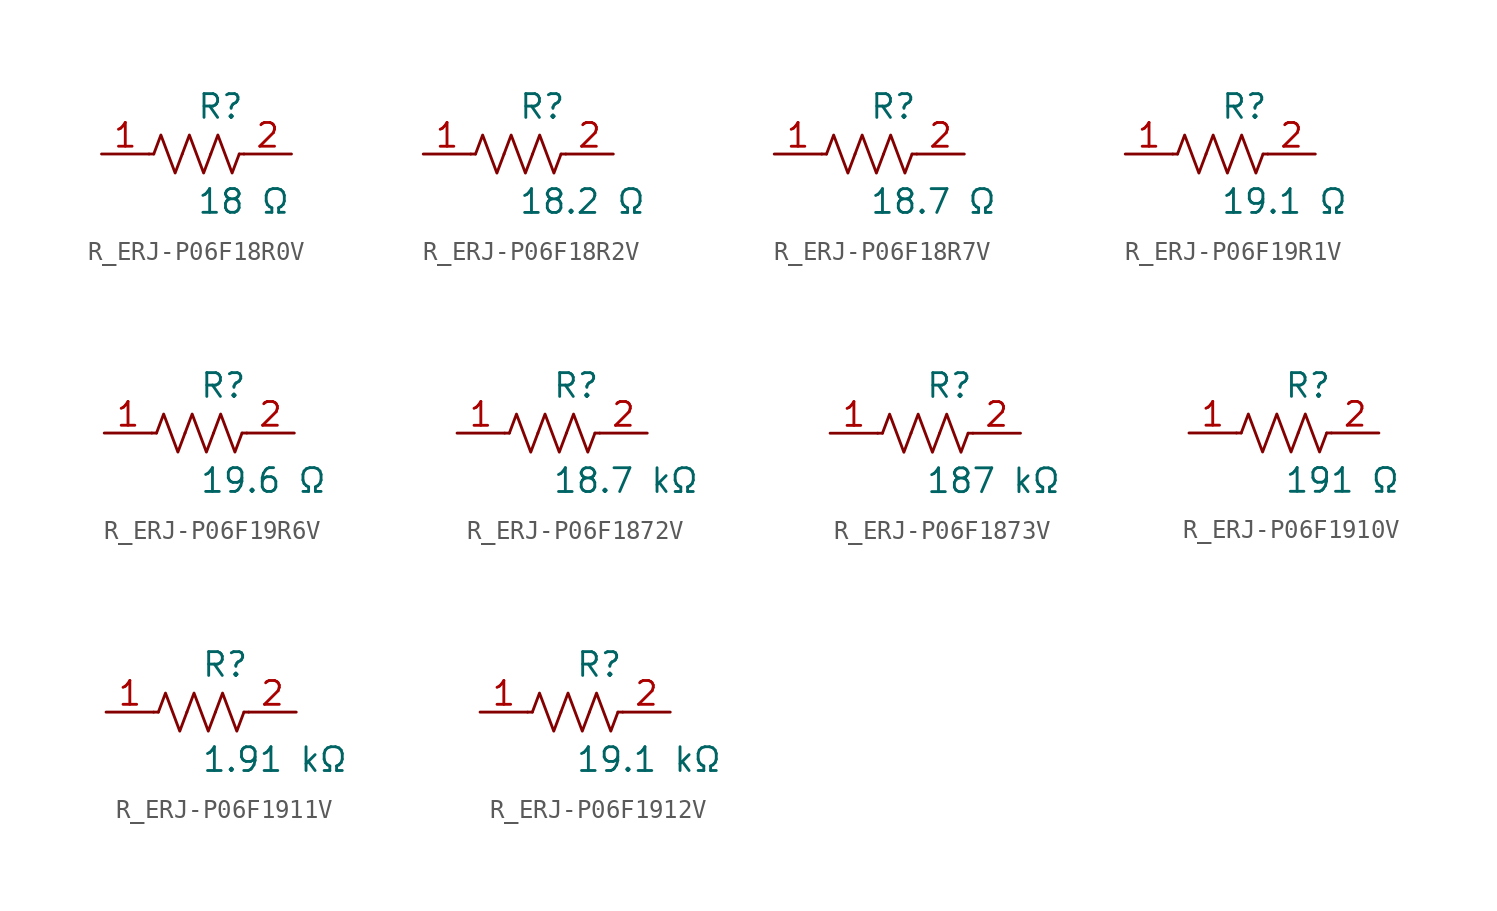
<source format=kicad_sym>
(kicad_symbol_lib
  (version 20231120)
  (generator kicad_symbol_editor)
  (generator_version 8.0)
  (symbol "R_ERJ-P06F18R0V"
    (pin_names
      (offset 0.254))
    (property "Reference" "R"
      (at 0.0 2.54 0)
      (effects (font (size 1.27 1.27)) (justify left)))
    (property "Value" "18 Ω"
      (at 0.0 -2.54 0)
      (effects (font (size 1.27 1.27)) (justify left)))
    (symbol "R_ERJ-P06F18R0V_0_1"
      (polyline (pts (xy 2.286 0) (xy 2.54 0)) (stroke (width 0) (type default)) (fill (type none)))
      (polyline (pts (xy -2.286 0) (xy -2.54 0)) (stroke (width 0) (type default)) (fill (type none)))
      (polyline (pts (xy 0.762 0) (xy 1.143 1.016) (xy 1.524 0) (xy 1.905 -1.016) (xy 2.286 0)) (stroke (width 0) (type default)) (fill (type none)))
      (polyline (pts (xy -0.762 0) (xy -0.381 1.016) (xy 0 0) (xy 0.381 -1.016) (xy 0.762 0)) (stroke (width 0) (type default)) (fill (type none)))
      (polyline (pts (xy -2.286 0) (xy -1.905 1.016) (xy -1.524 0) (xy -1.143 -1.016) (xy -0.762 0)) (stroke (width 0) (type default)) (fill (type none))))
    (pin unspecified line
      (at -5.08 0 0)
      (length 2.54)
      (name "" (effects (font (size 1.27 1.27))))
      (number "1" (effects (font (size 1.27 1.27)))))
    (pin unspecified line
      (at 5.08 0 180)
      (length 2.54)
      (name "" (effects (font (size 1.27 1.27))))
      (number "2" (effects (font (size 1.27 1.27))))))
  (symbol "R_ERJ-P06F18R2V"
    (pin_names
      (offset 0.254))
    (property "Reference" "R"
      (at 0.0 2.54 0)
      (effects (font (size 1.27 1.27)) (justify left)))
    (property "Value" "18.2 Ω"
      (at 0.0 -2.54 0)
      (effects (font (size 1.27 1.27)) (justify left)))
    (symbol "R_ERJ-P06F18R2V_0_1"
      (polyline (pts (xy 2.286 0) (xy 2.54 0)) (stroke (width 0) (type default)) (fill (type none)))
      (polyline (pts (xy -2.286 0) (xy -2.54 0)) (stroke (width 0) (type default)) (fill (type none)))
      (polyline (pts (xy 0.762 0) (xy 1.143 1.016) (xy 1.524 0) (xy 1.905 -1.016) (xy 2.286 0)) (stroke (width 0) (type default)) (fill (type none)))
      (polyline (pts (xy -0.762 0) (xy -0.381 1.016) (xy 0 0) (xy 0.381 -1.016) (xy 0.762 0)) (stroke (width 0) (type default)) (fill (type none)))
      (polyline (pts (xy -2.286 0) (xy -1.905 1.016) (xy -1.524 0) (xy -1.143 -1.016) (xy -0.762 0)) (stroke (width 0) (type default)) (fill (type none))))
    (pin unspecified line
      (at -5.08 0 0)
      (length 2.54)
      (name "" (effects (font (size 1.27 1.27))))
      (number "1" (effects (font (size 1.27 1.27)))))
    (pin unspecified line
      (at 5.08 0 180)
      (length 2.54)
      (name "" (effects (font (size 1.27 1.27))))
      (number "2" (effects (font (size 1.27 1.27))))))
  (symbol "R_ERJ-P06F18R7V"
    (pin_names
      (offset 0.254))
    (property "Reference" "R"
      (at 0.0 2.54 0)
      (effects (font (size 1.27 1.27)) (justify left)))
    (property "Value" "18.7 Ω"
      (at 0.0 -2.54 0)
      (effects (font (size 1.27 1.27)) (justify left)))
    (symbol "R_ERJ-P06F18R7V_0_1"
      (polyline (pts (xy 2.286 0) (xy 2.54 0)) (stroke (width 0) (type default)) (fill (type none)))
      (polyline (pts (xy -2.286 0) (xy -2.54 0)) (stroke (width 0) (type default)) (fill (type none)))
      (polyline (pts (xy 0.762 0) (xy 1.143 1.016) (xy 1.524 0) (xy 1.905 -1.016) (xy 2.286 0)) (stroke (width 0) (type default)) (fill (type none)))
      (polyline (pts (xy -0.762 0) (xy -0.381 1.016) (xy 0 0) (xy 0.381 -1.016) (xy 0.762 0)) (stroke (width 0) (type default)) (fill (type none)))
      (polyline (pts (xy -2.286 0) (xy -1.905 1.016) (xy -1.524 0) (xy -1.143 -1.016) (xy -0.762 0)) (stroke (width 0) (type default)) (fill (type none))))
    (pin unspecified line
      (at -5.08 0 0)
      (length 2.54)
      (name "" (effects (font (size 1.27 1.27))))
      (number "1" (effects (font (size 1.27 1.27)))))
    (pin unspecified line
      (at 5.08 0 180)
      (length 2.54)
      (name "" (effects (font (size 1.27 1.27))))
      (number "2" (effects (font (size 1.27 1.27))))))
  (symbol "R_ERJ-P06F19R1V"
    (pin_names
      (offset 0.254))
    (property "Reference" "R"
      (at 0.0 2.54 0)
      (effects (font (size 1.27 1.27)) (justify left)))
    (property "Value" "19.1 Ω"
      (at 0.0 -2.54 0)
      (effects (font (size 1.27 1.27)) (justify left)))
    (symbol "R_ERJ-P06F19R1V_0_1"
      (polyline (pts (xy 2.286 0) (xy 2.54 0)) (stroke (width 0) (type default)) (fill (type none)))
      (polyline (pts (xy -2.286 0) (xy -2.54 0)) (stroke (width 0) (type default)) (fill (type none)))
      (polyline (pts (xy 0.762 0) (xy 1.143 1.016) (xy 1.524 0) (xy 1.905 -1.016) (xy 2.286 0)) (stroke (width 0) (type default)) (fill (type none)))
      (polyline (pts (xy -0.762 0) (xy -0.381 1.016) (xy 0 0) (xy 0.381 -1.016) (xy 0.762 0)) (stroke (width 0) (type default)) (fill (type none)))
      (polyline (pts (xy -2.286 0) (xy -1.905 1.016) (xy -1.524 0) (xy -1.143 -1.016) (xy -0.762 0)) (stroke (width 0) (type default)) (fill (type none))))
    (pin unspecified line
      (at -5.08 0 0)
      (length 2.54)
      (name "" (effects (font (size 1.27 1.27))))
      (number "1" (effects (font (size 1.27 1.27)))))
    (pin unspecified line
      (at 5.08 0 180)
      (length 2.54)
      (name "" (effects (font (size 1.27 1.27))))
      (number "2" (effects (font (size 1.27 1.27))))))
  (symbol "R_ERJ-P06F19R6V"
    (pin_names
      (offset 0.254))
    (property "Reference" "R"
      (at 0.0 2.54 0)
      (effects (font (size 1.27 1.27)) (justify left)))
    (property "Value" "19.6 Ω"
      (at 0.0 -2.54 0)
      (effects (font (size 1.27 1.27)) (justify left)))
    (symbol "R_ERJ-P06F19R6V_0_1"
      (polyline (pts (xy 2.286 0) (xy 2.54 0)) (stroke (width 0) (type default)) (fill (type none)))
      (polyline (pts (xy -2.286 0) (xy -2.54 0)) (stroke (width 0) (type default)) (fill (type none)))
      (polyline (pts (xy 0.762 0) (xy 1.143 1.016) (xy 1.524 0) (xy 1.905 -1.016) (xy 2.286 0)) (stroke (width 0) (type default)) (fill (type none)))
      (polyline (pts (xy -0.762 0) (xy -0.381 1.016) (xy 0 0) (xy 0.381 -1.016) (xy 0.762 0)) (stroke (width 0) (type default)) (fill (type none)))
      (polyline (pts (xy -2.286 0) (xy -1.905 1.016) (xy -1.524 0) (xy -1.143 -1.016) (xy -0.762 0)) (stroke (width 0) (type default)) (fill (type none))))
    (pin unspecified line
      (at -5.08 0 0)
      (length 2.54)
      (name "" (effects (font (size 1.27 1.27))))
      (number "1" (effects (font (size 1.27 1.27)))))
    (pin unspecified line
      (at 5.08 0 180)
      (length 2.54)
      (name "" (effects (font (size 1.27 1.27))))
      (number "2" (effects (font (size 1.27 1.27))))))
  (symbol "R_ERJ-P06F1872V"
    (pin_names
      (offset 0.254))
    (property "Reference" "R"
      (at 0.0 2.54 0)
      (effects (font (size 1.27 1.27)) (justify left)))
    (property "Value" "18.7 kΩ"
      (at 0.0 -2.54 0)
      (effects (font (size 1.27 1.27)) (justify left)))
    (symbol "R_ERJ-P06F1872V_0_1"
      (polyline (pts (xy 2.286 0) (xy 2.54 0)) (stroke (width 0) (type default)) (fill (type none)))
      (polyline (pts (xy -2.286 0) (xy -2.54 0)) (stroke (width 0) (type default)) (fill (type none)))
      (polyline (pts (xy 0.762 0) (xy 1.143 1.016) (xy 1.524 0) (xy 1.905 -1.016) (xy 2.286 0)) (stroke (width 0) (type default)) (fill (type none)))
      (polyline (pts (xy -0.762 0) (xy -0.381 1.016) (xy 0 0) (xy 0.381 -1.016) (xy 0.762 0)) (stroke (width 0) (type default)) (fill (type none)))
      (polyline (pts (xy -2.286 0) (xy -1.905 1.016) (xy -1.524 0) (xy -1.143 -1.016) (xy -0.762 0)) (stroke (width 0) (type default)) (fill (type none))))
    (pin unspecified line
      (at -5.08 0 0)
      (length 2.54)
      (name "" (effects (font (size 1.27 1.27))))
      (number "1" (effects (font (size 1.27 1.27)))))
    (pin unspecified line
      (at 5.08 0 180)
      (length 2.54)
      (name "" (effects (font (size 1.27 1.27))))
      (number "2" (effects (font (size 1.27 1.27))))))
  (symbol "R_ERJ-P06F1873V"
    (pin_names
      (offset 0.254))
    (property "Reference" "R"
      (at 0.0 2.54 0)
      (effects (font (size 1.27 1.27)) (justify left)))
    (property "Value" "187 kΩ"
      (at 0.0 -2.54 0)
      (effects (font (size 1.27 1.27)) (justify left)))
    (symbol "R_ERJ-P06F1873V_0_1"
      (polyline (pts (xy 2.286 0) (xy 2.54 0)) (stroke (width 0) (type default)) (fill (type none)))
      (polyline (pts (xy -2.286 0) (xy -2.54 0)) (stroke (width 0) (type default)) (fill (type none)))
      (polyline (pts (xy 0.762 0) (xy 1.143 1.016) (xy 1.524 0) (xy 1.905 -1.016) (xy 2.286 0)) (stroke (width 0) (type default)) (fill (type none)))
      (polyline (pts (xy -0.762 0) (xy -0.381 1.016) (xy 0 0) (xy 0.381 -1.016) (xy 0.762 0)) (stroke (width 0) (type default)) (fill (type none)))
      (polyline (pts (xy -2.286 0) (xy -1.905 1.016) (xy -1.524 0) (xy -1.143 -1.016) (xy -0.762 0)) (stroke (width 0) (type default)) (fill (type none))))
    (pin unspecified line
      (at -5.08 0 0)
      (length 2.54)
      (name "" (effects (font (size 1.27 1.27))))
      (number "1" (effects (font (size 1.27 1.27)))))
    (pin unspecified line
      (at 5.08 0 180)
      (length 2.54)
      (name "" (effects (font (size 1.27 1.27))))
      (number "2" (effects (font (size 1.27 1.27))))))
  (symbol "R_ERJ-P06F1910V"
    (pin_names
      (offset 0.254))
    (property "Reference" "R"
      (at 0.0 2.54 0)
      (effects (font (size 1.27 1.27)) (justify left)))
    (property "Value" "191 Ω"
      (at 0.0 -2.54 0)
      (effects (font (size 1.27 1.27)) (justify left)))
    (symbol "R_ERJ-P06F1910V_0_1"
      (polyline (pts (xy 2.286 0) (xy 2.54 0)) (stroke (width 0) (type default)) (fill (type none)))
      (polyline (pts (xy -2.286 0) (xy -2.54 0)) (stroke (width 0) (type default)) (fill (type none)))
      (polyline (pts (xy 0.762 0) (xy 1.143 1.016) (xy 1.524 0) (xy 1.905 -1.016) (xy 2.286 0)) (stroke (width 0) (type default)) (fill (type none)))
      (polyline (pts (xy -0.762 0) (xy -0.381 1.016) (xy 0 0) (xy 0.381 -1.016) (xy 0.762 0)) (stroke (width 0) (type default)) (fill (type none)))
      (polyline (pts (xy -2.286 0) (xy -1.905 1.016) (xy -1.524 0) (xy -1.143 -1.016) (xy -0.762 0)) (stroke (width 0) (type default)) (fill (type none))))
    (pin unspecified line
      (at -5.08 0 0)
      (length 2.54)
      (name "" (effects (font (size 1.27 1.27))))
      (number "1" (effects (font (size 1.27 1.27)))))
    (pin unspecified line
      (at 5.08 0 180)
      (length 2.54)
      (name "" (effects (font (size 1.27 1.27))))
      (number "2" (effects (font (size 1.27 1.27))))))
  (symbol "R_ERJ-P06F1911V"
    (pin_names
      (offset 0.254))
    (property "Reference" "R"
      (at 0.0 2.54 0)
      (effects (font (size 1.27 1.27)) (justify left)))
    (property "Value" "1.91 kΩ"
      (at 0.0 -2.54 0)
      (effects (font (size 1.27 1.27)) (justify left)))
    (symbol "R_ERJ-P06F1911V_0_1"
      (polyline (pts (xy 2.286 0) (xy 2.54 0)) (stroke (width 0) (type default)) (fill (type none)))
      (polyline (pts (xy -2.286 0) (xy -2.54 0)) (stroke (width 0) (type default)) (fill (type none)))
      (polyline (pts (xy 0.762 0) (xy 1.143 1.016) (xy 1.524 0) (xy 1.905 -1.016) (xy 2.286 0)) (stroke (width 0) (type default)) (fill (type none)))
      (polyline (pts (xy -0.762 0) (xy -0.381 1.016) (xy 0 0) (xy 0.381 -1.016) (xy 0.762 0)) (stroke (width 0) (type default)) (fill (type none)))
      (polyline (pts (xy -2.286 0) (xy -1.905 1.016) (xy -1.524 0) (xy -1.143 -1.016) (xy -0.762 0)) (stroke (width 0) (type default)) (fill (type none))))
    (pin unspecified line
      (at -5.08 0 0)
      (length 2.54)
      (name "" (effects (font (size 1.27 1.27))))
      (number "1" (effects (font (size 1.27 1.27)))))
    (pin unspecified line
      (at 5.08 0 180)
      (length 2.54)
      (name "" (effects (font (size 1.27 1.27))))
      (number "2" (effects (font (size 1.27 1.27))))))
  (symbol "R_ERJ-P06F1912V"
    (pin_names
      (offset 0.254))
    (property "Reference" "R"
      (at 0.0 2.54 0)
      (effects (font (size 1.27 1.27)) (justify left)))
    (property "Value" "19.1 kΩ"
      (at 0.0 -2.54 0)
      (effects (font (size 1.27 1.27)) (justify left)))
    (symbol "R_ERJ-P06F1912V_0_1"
      (polyline (pts (xy 2.286 0) (xy 2.54 0)) (stroke (width 0) (type default)) (fill (type none)))
      (polyline (pts (xy -2.286 0) (xy -2.54 0)) (stroke (width 0) (type default)) (fill (type none)))
      (polyline (pts (xy 0.762 0) (xy 1.143 1.016) (xy 1.524 0) (xy 1.905 -1.016) (xy 2.286 0)) (stroke (width 0) (type default)) (fill (type none)))
      (polyline (pts (xy -0.762 0) (xy -0.381 1.016) (xy 0 0) (xy 0.381 -1.016) (xy 0.762 0)) (stroke (width 0) (type default)) (fill (type none)))
      (polyline (pts (xy -2.286 0) (xy -1.905 1.016) (xy -1.524 0) (xy -1.143 -1.016) (xy -0.762 0)) (stroke (width 0) (type default)) (fill (type none))))
    (pin unspecified line
      (at -5.08 0 0)
      (length 2.54)
      (name "" (effects (font (size 1.27 1.27))))
      (number "1" (effects (font (size 1.27 1.27)))))
    (pin unspecified line
      (at 5.08 0 180)
      (length 2.54)
      (name "" (effects (font (size 1.27 1.27))))
      (number "2" (effects (font (size 1.27 1.27)))))))
</source>
